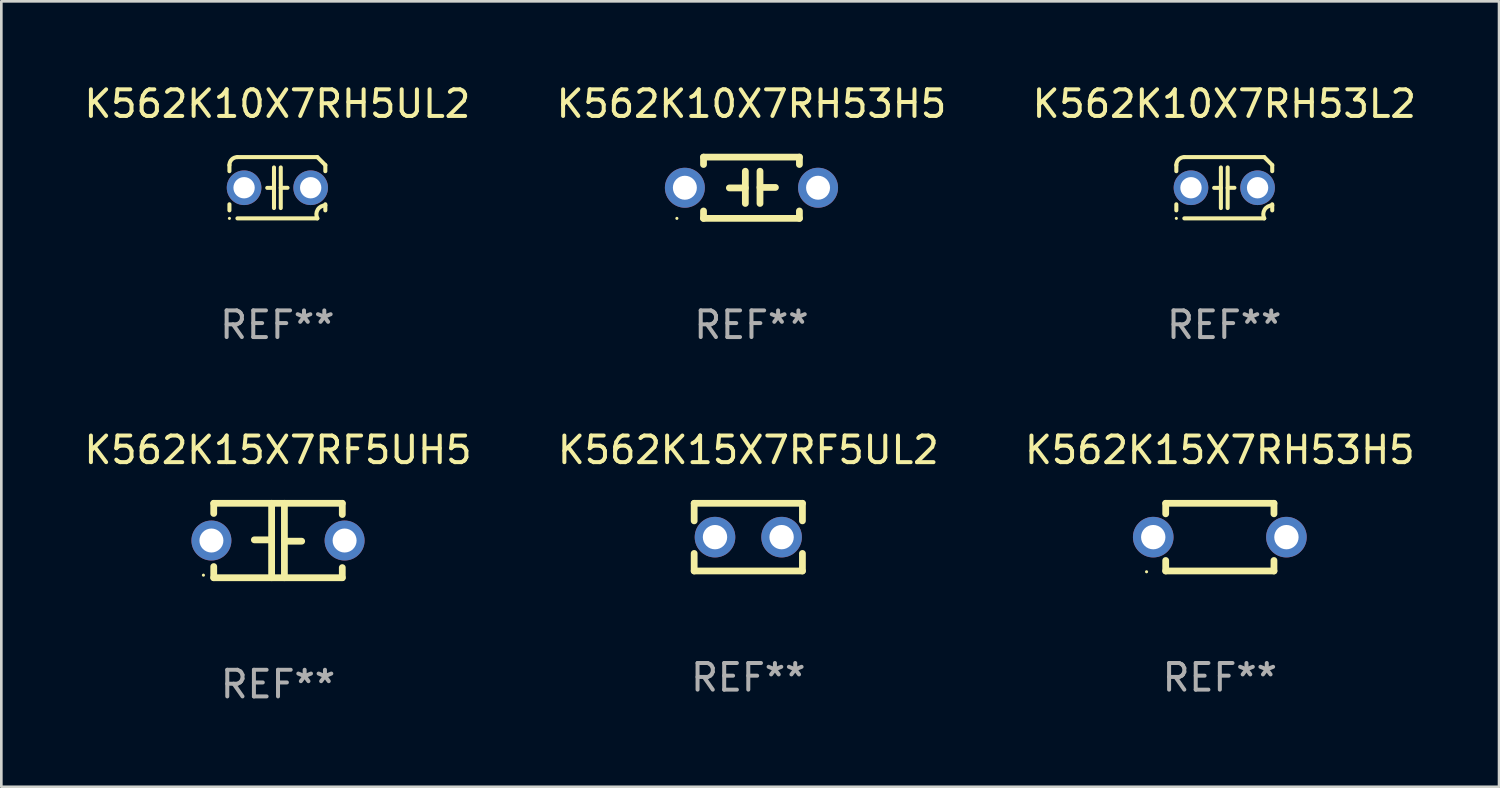
<source format=kicad_pcb>
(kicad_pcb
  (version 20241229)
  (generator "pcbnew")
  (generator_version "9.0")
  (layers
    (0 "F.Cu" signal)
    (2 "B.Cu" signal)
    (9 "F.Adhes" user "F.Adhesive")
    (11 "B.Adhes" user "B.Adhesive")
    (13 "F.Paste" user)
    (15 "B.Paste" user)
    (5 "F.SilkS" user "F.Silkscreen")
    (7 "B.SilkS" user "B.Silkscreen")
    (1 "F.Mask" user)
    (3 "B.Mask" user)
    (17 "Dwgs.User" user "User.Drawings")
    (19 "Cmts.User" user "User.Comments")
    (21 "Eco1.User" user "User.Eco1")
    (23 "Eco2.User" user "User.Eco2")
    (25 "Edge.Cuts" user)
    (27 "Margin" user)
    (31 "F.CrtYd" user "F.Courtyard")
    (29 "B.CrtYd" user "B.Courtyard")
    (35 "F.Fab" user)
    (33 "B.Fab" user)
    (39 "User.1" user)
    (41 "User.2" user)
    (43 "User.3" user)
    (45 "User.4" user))
  (footprint "K562K10X7RH53H5"
    (layer "F.Cu")
    (at 25.161 3.998)
    (property "Reference" "K562K10X7RH53H5" (at 0 -3.15 0) (layer "F.SilkS") (effects (font (size 1 1) (thickness 0.15))))
    (attr through_hole)
    (fp_line (start -1.8 -1.15) (end -1.8 -0.872) (stroke (width 0.254) (type solid)) (layer "F.SilkS"))
    (fp_line (start -1.8 -1.15) (end 1.8 -1.15) (stroke (width 0.254) (type solid)) (layer "F.SilkS"))
    (fp_line (start -1.8 0.872) (end -1.8 1.15) (stroke (width 0.254) (type solid)) (layer "F.SilkS"))
    (fp_line (start -1.8 1.15) (end 1.8 1.15) (stroke (width 0.254) (type solid)) (layer "F.SilkS"))
    (fp_line (start -0.23 -0.62) (end -0.23 0.59) (stroke (width 0.254) (type solid)) (layer "F.SilkS"))
    (fp_line (start -0.23 0.007) (end -0.83 0.007) (stroke (width 0.254) (type solid)) (layer "F.SilkS"))
    (fp_line (start 0.32 -0.62) (end 0.32 0.59) (stroke (width 0.254) (type solid)) (layer "F.SilkS"))
    (fp_line (start 0.32 -0.012) (end 0.9 -0.012) (stroke (width 0.254) (type solid)) (layer "F.SilkS"))
    (fp_line (start 1.8 -1.15) (end 1.8 -0.872) (stroke (width 0.254) (type solid)) (layer "F.SilkS"))
    (fp_line (start 1.8 0.872) (end 1.8 1.15) (stroke (width 0.254) (type solid)) (layer "F.SilkS"))
    (fp_circle (center -2.8 1.15) (end -2.77 1.15) (stroke (width 0.06) (type solid)) (fill no) (layer "F.SilkS"))
    (fp_text user "REF**" (at 0 5.15 0) (layer "F.Fab") (effects (font (size 1 1) (thickness 0.15))))
    (pad "1" thru_hole circle (at -2.5 0) (size 1.5 1.5) (drill 0.9) (layers "*.Cu" "*.Mask"))
    (pad "2" thru_hole circle (at 2.5 0) (size 1.5 1.5) (drill 0.9) (layers "*.Cu" "*.Mask")))
  (footprint "K562K15X7RF5UL2"
    (layer "F.Cu")
    (at 25.042 17.115)
    (property "Reference" "K562K15X7RF5UL2" (at 0 -3.27 0) (layer "F.SilkS") (effects (font (size 1 1) (thickness 0.15))))
    (attr through_hole)
    (fp_line (start -2.032 -1.27) (end -2.032 -0.611) (stroke (width 0.254) (type solid)) (layer "F.SilkS"))
    (fp_line (start -2.032 0.611) (end -2.032 1.27) (stroke (width 0.254) (type solid)) (layer "F.SilkS"))
    (fp_line (start -2.032 1.27) (end 2.032 1.27) (stroke (width 0.254) (type solid)) (layer "F.SilkS"))
    (fp_line (start 2.032 -1.27) (end -2.032 -1.27) (stroke (width 0.254) (type solid)) (layer "F.SilkS"))
    (fp_line (start 2.032 -0.611) (end 2.032 -1.27) (stroke (width 0.254) (type solid)) (layer "F.SilkS"))
    (fp_line (start 2.032 1.27) (end 2.032 0.611) (stroke (width 0.254) (type solid)) (layer "F.SilkS"))
    (fp_circle (center -2 1.3) (end -1.97 1.3) (stroke (width 0.06) (type solid)) (fill no) (layer "F.SilkS"))
    (fp_text user "REF**" (at 0 5.27 0) (layer "F.Fab") (effects (font (size 1 1) (thickness 0.15))))
    (pad "1" thru_hole circle (at -1.25 0) (size 1.524 1.524) (drill 0.914) (layers "*.Cu" "*.Mask"))
    (pad "2" thru_hole circle (at 1.25 0) (size 1.524 1.524) (drill 0.914) (layers "*.Cu" "*.Mask")))
  (footprint "K562K15X7RH53H5"
    (layer "F.Cu")
    (at 42.744 17.115)
    (property "Reference" "K562K15X7RH53H5" (at 0 -3.27 0) (layer "F.SilkS") (effects (font (size 1 1) (thickness 0.15))))
    (attr through_hole)
    (fp_line (start -2.032 -1.27) (end -2.032 -0.876) (stroke (width 0.254) (type solid)) (layer "F.SilkS"))
    (fp_line (start -2.032 0.876) (end -2.032 1.27) (stroke (width 0.254) (type solid)) (layer "F.SilkS"))
    (fp_line (start -2.032 1.27) (end 2.032 1.27) (stroke (width 0.254) (type solid)) (layer "F.SilkS"))
    (fp_line (start 2.032 -1.27) (end -2.032 -1.27) (stroke (width 0.254) (type solid)) (layer "F.SilkS"))
    (fp_line (start 2.032 -0.876) (end 2.032 -1.27) (stroke (width 0.254) (type solid)) (layer "F.SilkS"))
    (fp_line (start 2.032 1.27) (end 2.032 0.876) (stroke (width 0.254) (type solid)) (layer "F.SilkS"))
    (fp_circle (center -2.751 1.3) (end -2.721 1.3) (stroke (width 0.06) (type solid)) (fill no) (layer "F.SilkS"))
    (fp_text user "REF**" (at 0 5.27 0) (layer "F.Fab") (effects (font (size 1 1) (thickness 0.15))))
    (pad "1" thru_hole circle (at -2.5 0) (size 1.524 1.524) (drill 0.914) (layers "*.Cu" "*.Mask"))
    (pad "2" thru_hole circle (at 2.5 0) (size 1.524 1.524) (drill 0.914) (layers "*.Cu" "*.Mask")))
  (footprint "K562K10X7RH5UL2"
    (layer "F.Cu")
    (at 7.363 3.998)
    (property "Reference" "K562K10X7RH5UL2" (at 0 -3.15 0) (layer "F.SilkS") (effects (font (size 1 1) (thickness 0.15))))
    (attr through_hole)
    (fp_line (start -1.8 -0.621) (end -1.8 -0.85) (stroke (width 0.152) (type solid)) (layer "F.SilkS"))
    (fp_line (start -1.8 0.85) (end -1.8 0.621) (stroke (width 0.152) (type solid)) (layer "F.SilkS"))
    (fp_line (start -1.5 -1.15) (end 1.5 -1.15) (stroke (width 0.152) (type solid)) (layer "F.SilkS"))
    (fp_line (start -0.127 -0.762) (end -0.127 0.762) (stroke (width 0.152) (type solid)) (layer "F.SilkS"))
    (fp_line (start -0.127 0.005) (end -0.381 0.005) (stroke (width 0.152) (type solid)) (layer "F.SilkS"))
    (fp_line (start 0.127 -0.762) (end 0.127 0.762) (stroke (width 0.152) (type solid)) (layer "F.SilkS"))
    (fp_line (start 0.127 0.002) (end 0.381 0.002) (stroke (width 0.152) (type solid)) (layer "F.SilkS"))
    (fp_line (start 1.5 1.15) (end -1.5 1.15) (stroke (width 0.152) (type solid)) (layer "F.SilkS"))
    (fp_line (start 1.8 -0.85) (end 1.8 -0.621) (stroke (width 0.152) (type solid)) (layer "F.SilkS"))
    (fp_line (start 1.8 0.621) (end 1.8 0.85) (stroke (width 0.152) (type solid)) (layer "F.SilkS"))
    (fp_arc (start -1.799975 -0.849987) (mid -1.712107 -1.062119) (end -1.499975 -1.149987) (stroke (width 0.151994) (type solid)) (layer "F.SilkS"))
    (fp_arc (start 1.499975 1.149987) (mid 1.513726 0.822359) (end 1.799975 0.662387) (stroke (width 0.151994) (type solid)) (layer "F.SilkS"))
    (fp_arc (start 1.500001 -1.149986) (mid 1.650015 -1.000001) (end 1.8 -0.849987) (stroke (width 0.151994) (type solid)) (layer "F.SilkS"))
    (fp_circle (center -1.8 1.15) (end -1.77 1.15) (stroke (width 0.06) (type solid)) (fill no) (layer "F.SilkS"))
    (fp_text user "REF**" (at 0 5.15 0) (layer "F.Fab") (effects (font (size 1 1) (thickness 0.15))))
    (pad "1" thru_hole circle (at -1.25 0) (size 1.3 1.3) (drill 0.8) (layers "*.Cu" "*.Mask"))
    (pad "2" thru_hole circle (at 1.25 0) (size 1.3 1.3) (drill 0.8) (layers "*.Cu" "*.Mask")))
  (footprint "K562K15X7RF5UH5"
    (layer "F.Cu")
    (at 7.387 17.242)
    (property "Reference" "K562K15X7RF5UH5" (at 0 -3.397 0) (layer "F.SilkS") (effects (font (size 1 1) (thickness 0.15))))
    (attr through_hole)
    (fp_line (start -2.413 -1.397) (end 2.413 -1.397) (stroke (width 0.254) (type solid)) (layer "F.SilkS"))
    (fp_line (start -2.413 -1.016) (end -2.413 -1.397) (stroke (width 0.254) (type solid)) (layer "F.SilkS"))
    (fp_line (start -2.413 0.977) (end -2.413 1.397) (stroke (width 0.254) (type solid)) (layer "F.SilkS"))
    (fp_line (start -0.24 -0.025) (end -0.889 -0.025) (stroke (width 0.254) (type solid)) (layer "F.SilkS"))
    (fp_line (start -0.24 1.397) (end -0.24 -1.397) (stroke (width 0.254) (type solid)) (layer "F.SilkS"))
    (fp_line (start 0.24 -1.397) (end 0.24 1.397) (stroke (width 0.254) (type solid)) (layer "F.SilkS"))
    (fp_line (start 0.24 0.025) (end 0.889 0.025) (stroke (width 0.254) (type solid)) (layer "F.SilkS"))
    (fp_line (start 2.413 -0.977) (end 2.413 -1.397) (stroke (width 0.254) (type solid)) (layer "F.SilkS"))
    (fp_line (start 2.413 1.016) (end 2.413 1.397) (stroke (width 0.254) (type solid)) (layer "F.SilkS"))
    (fp_line (start 2.413 1.397) (end -2.413 1.397) (stroke (width 0.254) (type solid)) (layer "F.SilkS"))
    (fp_circle (center -2.8 1.3) (end -2.77 1.3) (stroke (width 0.06) (type solid)) (fill no) (layer "F.SilkS"))
    (fp_text user "REF**" (at 0 5.397 0) (layer "F.Fab") (effects (font (size 1 1) (thickness 0.15))))
    (pad "1" thru_hole circle (at -2.5 0) (size 1.5 1.5) (drill 0.9) (layers "*.Cu" "*.Mask"))
    (pad "2" thru_hole circle (at 2.5 0) (size 1.5 1.5) (drill 0.9) (layers "*.Cu" "*.Mask")))
  (footprint "K562K10X7RH53L2"
    (layer "F.Cu")
    (at 42.911 3.998)
    (property "Reference" "K562K10X7RH53L2" (at 0 -3.15 0) (layer "F.SilkS") (effects (font (size 1 1) (thickness 0.15))))
    (attr through_hole)
    (fp_line (start -1.8 -0.621) (end -1.8 -0.85) (stroke (width 0.152) (type solid)) (layer "F.SilkS"))
    (fp_line (start -1.8 0.85) (end -1.8 0.621) (stroke (width 0.152) (type solid)) (layer "F.SilkS"))
    (fp_line (start -1.5 -1.15) (end 1.5 -1.15) (stroke (width 0.152) (type solid)) (layer "F.SilkS"))
    (fp_line (start -0.127 -0.762) (end -0.127 0.762) (stroke (width 0.152) (type solid)) (layer "F.SilkS"))
    (fp_line (start -0.127 0.005) (end -0.381 0.005) (stroke (width 0.152) (type solid)) (layer "F.SilkS"))
    (fp_line (start 0.127 -0.762) (end 0.127 0.762) (stroke (width 0.152) (type solid)) (layer "F.SilkS"))
    (fp_line (start 0.127 0.002) (end 0.381 0.002) (stroke (width 0.152) (type solid)) (layer "F.SilkS"))
    (fp_line (start 1.5 1.15) (end -1.5 1.15) (stroke (width 0.152) (type solid)) (layer "F.SilkS"))
    (fp_line (start 1.8 -0.85) (end 1.8 -0.621) (stroke (width 0.152) (type solid)) (layer "F.SilkS"))
    (fp_line (start 1.8 0.621) (end 1.8 0.85) (stroke (width 0.152) (type solid)) (layer "F.SilkS"))
    (fp_arc (start -1.799975 -0.849987) (mid -1.712107 -1.062119) (end -1.499975 -1.149987) (stroke (width 0.151994) (type solid)) (layer "F.SilkS"))
    (fp_arc (start 1.499975 1.149987) (mid 1.513726 0.822359) (end 1.799975 0.662387) (stroke (width 0.151994) (type solid)) (layer "F.SilkS"))
    (fp_arc (start 1.500001 -1.149986) (mid 1.650015 -1.000001) (end 1.8 -0.849987) (stroke (width 0.151994) (type solid)) (layer "F.SilkS"))
    (fp_circle (center -1.8 1.15) (end -1.77 1.15) (stroke (width 0.06) (type solid)) (fill no) (layer "F.SilkS"))
    (fp_text user "REF**" (at 0 5.15 0) (layer "F.Fab") (effects (font (size 1 1) (thickness 0.15))))
    (pad "1" thru_hole circle (at -1.25 0) (size 1.3 1.3) (drill 0.8) (layers "*.Cu" "*.Mask"))
    (pad "2" thru_hole circle (at 1.25 0) (size 1.3 1.3) (drill 0.8) (layers "*.Cu" "*.Mask")))
  (gr_rect
    (start -3 -3)
    (end 53.226 26.487)
    (stroke (width 0.1) (type default))
    (fill no)
    (layer "Edge.Cuts")))
</source>
